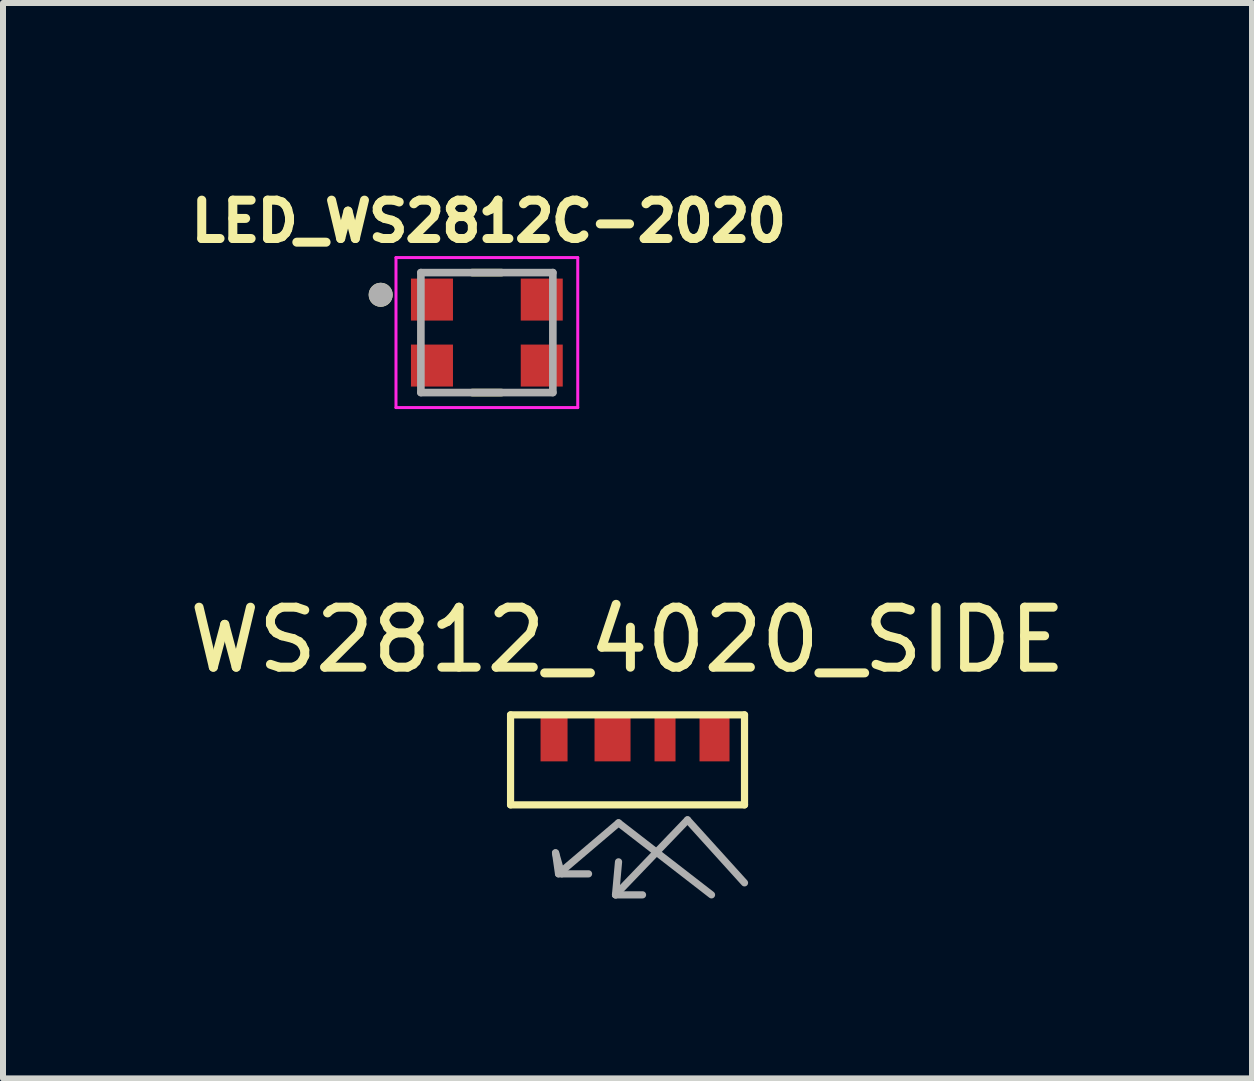
<source format=kicad_pcb>
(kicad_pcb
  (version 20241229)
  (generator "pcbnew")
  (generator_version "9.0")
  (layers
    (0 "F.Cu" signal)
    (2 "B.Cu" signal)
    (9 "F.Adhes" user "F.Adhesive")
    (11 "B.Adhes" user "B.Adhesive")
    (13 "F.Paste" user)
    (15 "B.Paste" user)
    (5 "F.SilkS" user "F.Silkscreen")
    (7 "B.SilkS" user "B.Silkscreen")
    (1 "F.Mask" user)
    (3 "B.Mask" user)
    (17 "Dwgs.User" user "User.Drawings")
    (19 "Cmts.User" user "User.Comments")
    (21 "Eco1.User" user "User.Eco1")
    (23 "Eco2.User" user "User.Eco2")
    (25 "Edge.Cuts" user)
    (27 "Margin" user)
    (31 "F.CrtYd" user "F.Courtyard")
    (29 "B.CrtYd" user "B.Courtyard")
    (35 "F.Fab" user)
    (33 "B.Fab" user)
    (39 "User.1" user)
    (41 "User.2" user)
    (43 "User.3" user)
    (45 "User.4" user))
  (footprint "WS2812_4020_SIDE"
    (layer "F.Cu")
    (at 7.411 9.617)
    (property "Reference" "WS2812_4020_SIDE" (at 0 -2 0) (layer "F.SilkS") (effects (font (size 1 1) (thickness 0.15))))
    (attr through_hole)
    (fp_line (start -1.95 -0.75) (end 1.95 -0.75) (stroke (width 0.12) (type solid)) (layer "F.SilkS"))
    (fp_line (start -1.95 0.75) (end -1.95 -0.75) (stroke (width 0.12) (type solid)) (layer "F.SilkS"))
    (fp_line (start -1.95 0.75) (end 1.95 0.75) (stroke (width 0.12) (type solid)) (layer "F.SilkS"))
    (fp_line (start 1.95 0.75) (end 1.95 -0.75) (stroke (width 0.12) (type solid)) (layer "F.SilkS"))
    (fp_line (start -1.2 1.55) (end -1.1 1.9) (stroke (width 0.12) (type solid)) (layer "F.Fab"))
    (fp_line (start -1.15 1.9) (end -1.2 1.55) (stroke (width 0.12) (type solid)) (layer "F.Fab"))
    (fp_line (start -1.1 1.9) (end -0.65 1.9) (stroke (width 0.12) (type solid)) (layer "F.Fab"))
    (fp_line (start -0.2 2.25) (end -0.15 1.7) (stroke (width 0.12) (type solid)) (layer "F.Fab"))
    (fp_line (start -0.2 2.25) (end 0.25 2.25) (stroke (width 0.12) (type solid)) (layer "F.Fab"))
    (fp_line (start -0.15 1.05) (end -1.15 1.9) (stroke (width 0.12) (type solid)) (layer "F.Fab"))
    (fp_line (start 1 1) (end -0.2 2.25) (stroke (width 0.12) (type solid)) (layer "F.Fab"))
    (fp_line (start 1.4 2.25) (end -0.15 1.05) (stroke (width 0.12) (type solid)) (layer "F.Fab"))
    (fp_line (start 1.95 2.05) (end 1 1) (stroke (width 0.12) (type solid)) (layer "F.Fab"))
    (pad "1" smd rect (at -1.225 -0.35) (size 0.45 0.75) (layers "F.Cu" "F.Mask" "F.Paste"))
    (pad "2" smd rect (at -0.25 -0.35) (size 0.6 0.75) (layers "F.Cu" "F.Mask" "F.Paste"))
    (pad "3" smd rect (at 0.625 -0.35) (size 0.35 0.75) (layers "F.Cu" "F.Mask" "F.Paste"))
    (pad "4" smd rect (at 1.45 -0.35) (size 0.5 0.75) (layers "F.Cu" "F.Mask" "F.Paste")))
  (footprint "LED_WS2812C-2020"
    (layer "F.Cu")
    (at 5.066 2.494)
    (property "Reference" "LED_WS2812C-2020" (at 0.032 -1.856 0) (layer "F.SilkS") (effects (font (size 0.64 0.64) (thickness 0.15))))
    (attr through_hole)
    (fp_line (start -0.245 -1) (end 0.245 -1) (stroke (width 0.127) (type solid)) (layer "F.SilkS"))
    (fp_line (start -0.245 1) (end 0.245 1) (stroke (width 0.127) (type solid)) (layer "F.SilkS"))
    (fp_circle (center -1.77 -0.63) (end -1.67 -0.63) (stroke (width 0.2) (type solid)) (fill no) (layer "F.SilkS"))
    (fp_line (start -1.515 -1.25) (end -1.515 1.25) (stroke (width 0.05) (type solid)) (layer "F.CrtYd"))
    (fp_line (start -1.515 1.25) (end 1.515 1.25) (stroke (width 0.05) (type solid)) (layer "F.CrtYd"))
    (fp_line (start 1.515 -1.25) (end -1.515 -1.25) (stroke (width 0.05) (type solid)) (layer "F.CrtYd"))
    (fp_line (start 1.515 1.25) (end 1.515 -1.25) (stroke (width 0.05) (type solid)) (layer "F.CrtYd"))
    (fp_line (start -1.1 -1) (end 1.1 -1) (stroke (width 0.127) (type solid)) (layer "F.Fab"))
    (fp_line (start -1.1 1) (end -1.1 -1) (stroke (width 0.127) (type solid)) (layer "F.Fab"))
    (fp_line (start 1.1 -1) (end 1.1 1) (stroke (width 0.127) (type solid)) (layer "F.Fab"))
    (fp_line (start 1.1 1) (end -1.1 1) (stroke (width 0.127) (type solid)) (layer "F.Fab"))
    (fp_circle (center -1.77 -0.63) (end -1.67 -0.63) (stroke (width 0.2) (type solid)) (fill no) (layer "F.Fab"))
    (pad "1" smd rect (at -0.915 -0.55) (size 0.7 0.7) (layers "F.Cu" "F.Mask" "F.Paste"))
    (pad "2" smd rect (at -0.915 0.55) (size 0.7 0.7) (layers "F.Cu" "F.Mask" "F.Paste"))
    (pad "3" smd rect (at 0.915 0.55) (size 0.7 0.7) (layers "F.Cu" "F.Mask" "F.Paste"))
    (pad "4" smd rect (at 0.915 -0.55) (size 0.7 0.7) (layers "F.Cu" "F.Mask" "F.Paste")))
  (gr_rect
    (start -3 -3)
    (end 17.821 14.927)
    (stroke (width 0.1) (type default))
    (fill no)
    (layer "Edge.Cuts")))
</source>
